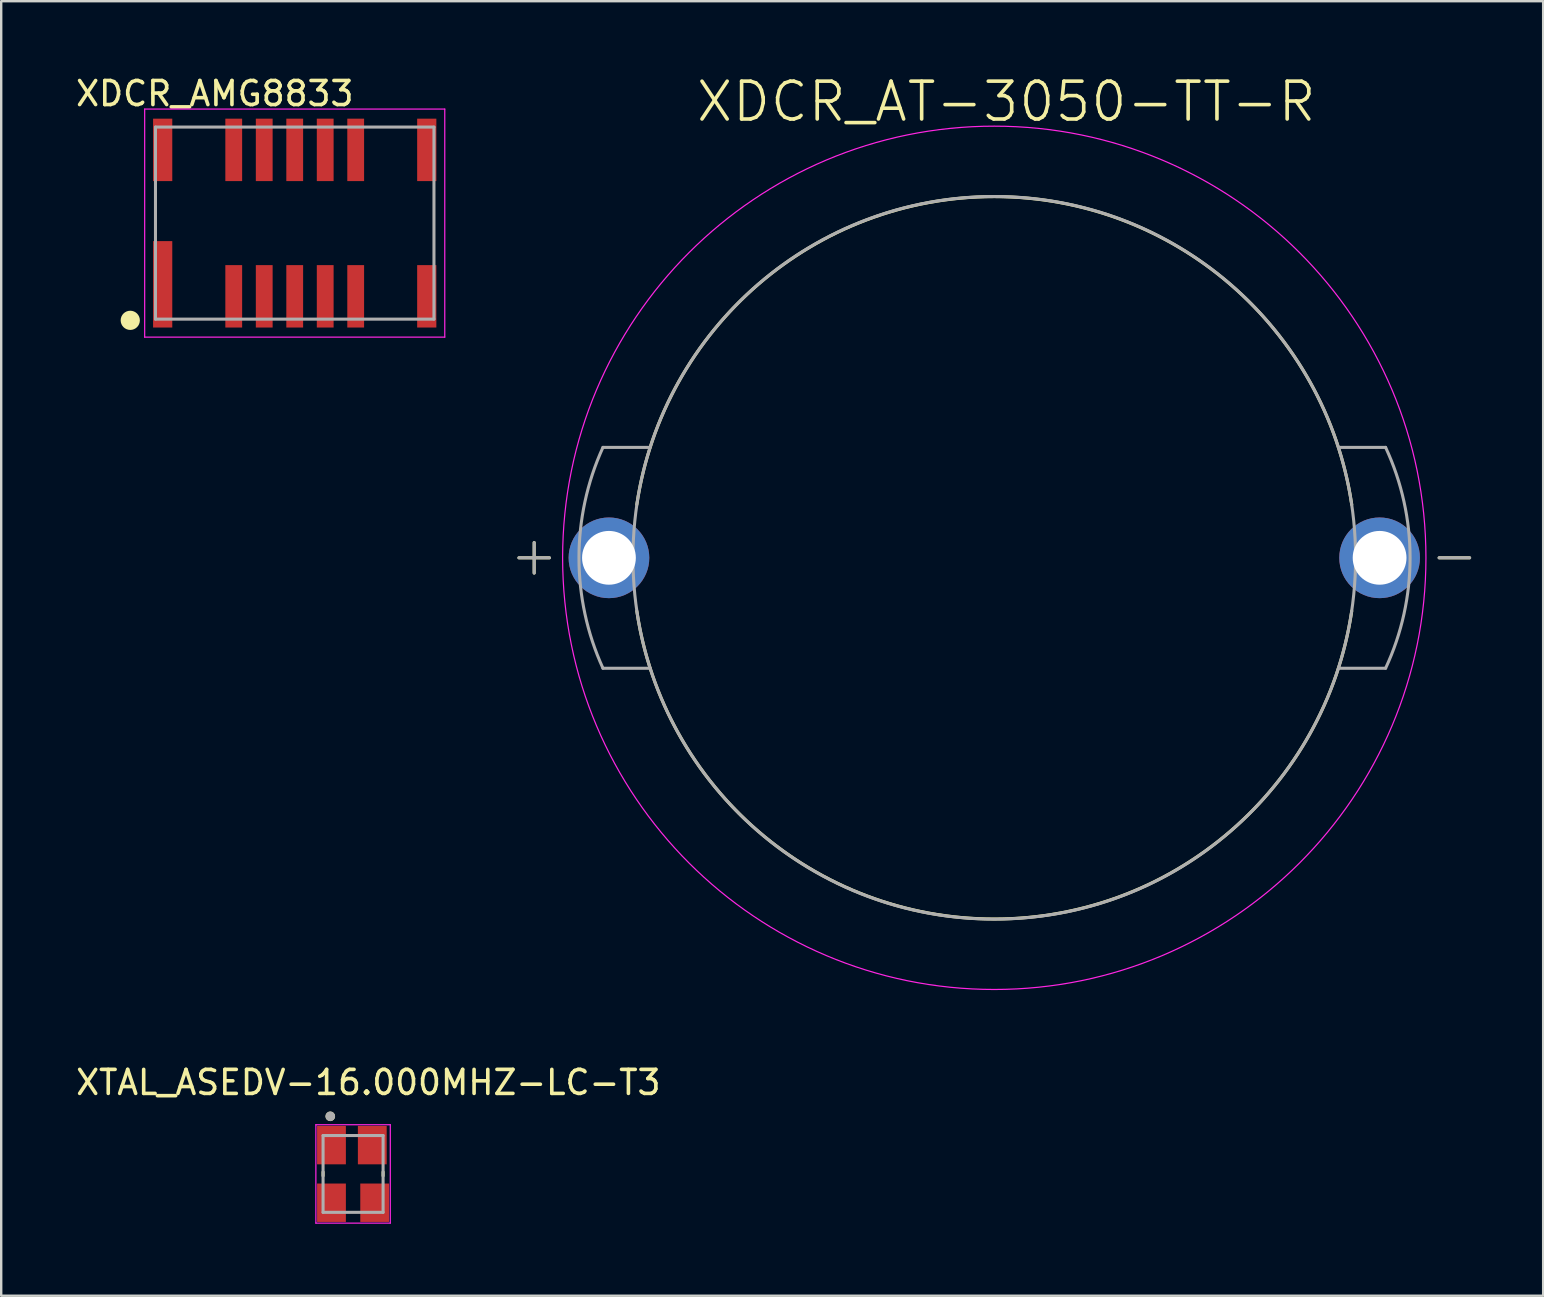
<source format=kicad_pcb>
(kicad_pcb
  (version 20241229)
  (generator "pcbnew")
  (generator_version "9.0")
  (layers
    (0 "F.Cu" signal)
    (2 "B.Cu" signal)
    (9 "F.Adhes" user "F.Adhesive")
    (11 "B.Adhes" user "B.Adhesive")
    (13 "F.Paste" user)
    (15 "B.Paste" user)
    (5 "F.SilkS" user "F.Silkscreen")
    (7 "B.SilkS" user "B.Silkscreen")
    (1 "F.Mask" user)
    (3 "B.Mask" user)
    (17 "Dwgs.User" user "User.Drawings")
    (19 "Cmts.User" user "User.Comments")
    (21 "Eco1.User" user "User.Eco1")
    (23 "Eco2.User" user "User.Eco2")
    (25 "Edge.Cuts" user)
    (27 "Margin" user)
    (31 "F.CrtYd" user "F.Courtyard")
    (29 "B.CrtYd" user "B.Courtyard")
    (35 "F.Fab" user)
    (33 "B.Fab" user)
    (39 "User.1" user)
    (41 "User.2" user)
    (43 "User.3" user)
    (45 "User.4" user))
  (footprint "XDCR_AT-3050-TT-R"
    (layer "F.Cu")
    (at 38.365 20.185)
    (property "Reference" "XDCR_AT-3050-TT-R" (at 0.5 -19 0) (layer "F.SilkS") (effects (font (size 1.575 1.575) (thickness 0.15))))
    (attr through_hole)
    (fp_line (start -19.8 0) (end -18.53 0) (stroke (width 0.127) (type solid)) (layer "F.SilkS"))
    (fp_line (start -19.165 -0.635) (end -19.165 0.635) (stroke (width 0.127) (type solid)) (layer "F.SilkS"))
    (fp_line (start 18.53 0) (end 19.8 0) (stroke (width 0.127) (type solid)) (layer "F.SilkS"))
    (fp_arc (start -14.89 -2.215001) (mid 0 -15.045045) (end 14.89 -2.215) (stroke (width 0.127) (type solid)) (layer "F.SilkS"))
    (fp_arc (start 14.89 2.215) (mid 0 15.045045) (end -14.89 2.215001) (stroke (width 0.127) (type solid)) (layer "F.SilkS"))
    (fp_circle (center 0 0) (end 17.98 0) (stroke (width 0.05) (type solid)) (fill no) (layer "F.CrtYd"))
    (fp_line (start -19.8 0) (end -18.53 0) (stroke (width 0.127) (type solid)) (layer "F.Fab"))
    (fp_line (start -19.165 -0.635) (end -19.165 0.635) (stroke (width 0.127) (type solid)) (layer "F.Fab"))
    (fp_line (start -16.3 4.6) (end -14.335 4.6) (stroke (width 0.127) (type solid)) (layer "F.Fab"))
    (fp_line (start -14.335 -4.6) (end -16.3 -4.6) (stroke (width 0.127) (type solid)) (layer "F.Fab"))
    (fp_line (start 14.335 -4.6) (end 16.3 -4.6) (stroke (width 0.127) (type solid)) (layer "F.Fab"))
    (fp_line (start 16.3 4.6) (end 14.335 4.6) (stroke (width 0.127) (type solid)) (layer "F.Fab"))
    (fp_line (start 18.53 0) (end 19.8 0) (stroke (width 0.127) (type solid)) (layer "F.Fab"))
    (fp_arc (start -16.3 4.6) (mid -17.298758 0) (end -16.3 -4.6) (stroke (width 0.127) (type solid)) (layer "F.Fab"))
    (fp_arc (start 16.3 -4.6) (mid 17.319795 0) (end 16.3 4.6) (stroke (width 0.127) (type solid)) (layer "F.Fab"))
    (fp_circle (center 0 0) (end 15.05 0) (stroke (width 0.127) (type solid)) (fill no) (layer "F.Fab"))
    (pad "N" thru_hole circle (at 16.05 0) (size 3.36 3.36) (drill 2.24) (layers "*.Cu" "*.Mask"))
    (pad "P" thru_hole circle (at -16.05 0) (size 3.36 3.36) (drill 2.24) (layers "*.Cu" "*.Mask")))
  (footprint "XTAL_ASEDV-16.000MHZ-LC-T3"
    (layer "F.Cu")
    (at 11.657 45.848)
    (property "Reference" "XTAL_ASEDV-16.000MHZ-LC-T3" (at 0.635 -3.81 0) (layer "F.SilkS") (effects (font (size 1 1) (thickness 0.15))))
    (attr smd)
    (fp_line (start -1.25 -0.08) (end -1.25 0.08) (stroke (width 0.127) (type solid)) (layer "F.SilkS"))
    (fp_line (start 1.25 0.08) (end 1.25 -0.08) (stroke (width 0.127) (type solid)) (layer "F.SilkS"))
    (fp_circle (center -0.95 -2.4) (end -0.85 -2.4) (stroke (width 0.2) (type solid)) (fill no) (layer "F.SilkS"))
    (fp_line (start -1.55 -2.05) (end 1.55 -2.05) (stroke (width 0.05) (type solid)) (layer "F.CrtYd"))
    (fp_line (start -1.55 2.05) (end -1.55 -2.05) (stroke (width 0.05) (type solid)) (layer "F.CrtYd"))
    (fp_line (start 1.55 -2.05) (end 1.55 2.05) (stroke (width 0.05) (type solid)) (layer "F.CrtYd"))
    (fp_line (start 1.55 2.05) (end -1.55 2.05) (stroke (width 0.05) (type solid)) (layer "F.CrtYd"))
    (fp_line (start -1.25 -1.6) (end 1.25 -1.6) (stroke (width 0.127) (type solid)) (layer "F.Fab"))
    (fp_line (start -1.25 1.6) (end -1.25 -1.6) (stroke (width 0.127) (type solid)) (layer "F.Fab"))
    (fp_line (start 1.25 -1.6) (end 1.25 1.6) (stroke (width 0.127) (type solid)) (layer "F.Fab"))
    (fp_line (start 1.25 1.6) (end -1.25 1.6) (stroke (width 0.127) (type solid)) (layer "F.Fab"))
    (fp_circle (center -0.95 -2.4) (end -0.85 -2.4) (stroke (width 0.2) (type solid)) (fill no) (layer "F.Fab"))
    (pad "1" smd rect (at -0.9 -1.2) (size 1.2 1.6) (layers "F.Cu" "F.Mask" "F.Paste"))
    (pad "2" smd rect (at -0.9 1.2) (size 1.2 1.6) (layers "F.Cu" "F.Mask" "F.Paste"))
    (pad "3" smd rect (at 0.9 1.2) (size 1.2 1.6) (layers "F.Cu" "F.Mask" "F.Paste"))
    (pad "4" smd rect (at 0.8 -1.2) (size 1.2 1.6) (layers "F.Cu" "F.Mask" "F.Paste")))
  (footprint "XDCR_AMG8833"
    (layer "F.Cu")
    (at 9.226 6.243)
    (property "Reference" "XDCR_AMG8833" (at -3.33 -5.394 0) (layer "F.SilkS") (effects (font (size 1.002 1.002) (thickness 0.15))))
    (attr smd)
    (fp_circle (center -6.85 4.05) (end -6.45 4.05) (stroke (width 0) (type solid)) (fill yes) (layer "F.SilkS"))
    (fp_line (start -6.25 -4.75) (end -6.25 4.75) (stroke (width 0.05) (type solid)) (layer "F.CrtYd"))
    (fp_line (start -6.25 4.75) (end 6.25 4.75) (stroke (width 0.05) (type solid)) (layer "F.CrtYd"))
    (fp_line (start 6.25 -4.75) (end -6.25 -4.75) (stroke (width 0.05) (type solid)) (layer "F.CrtYd"))
    (fp_line (start 6.25 4.75) (end 6.25 -4.75) (stroke (width 0.05) (type solid)) (layer "F.CrtYd"))
    (fp_line (start -5.8 -4) (end -5.8 4) (stroke (width 0.127) (type solid)) (layer "F.Fab"))
    (fp_line (start -5.8 4) (end 5.8 4) (stroke (width 0.127) (type solid)) (layer "F.Fab"))
    (fp_line (start 5.8 -4) (end -5.8 -4) (stroke (width 0.127) (type solid)) (layer "F.Fab"))
    (fp_line (start 5.8 4) (end 5.8 -4) (stroke (width 0.127) (type solid)) (layer "F.Fab"))
    (pad "1" smd rect (at -5.5 2.55 180) (size 0.8 3.6) (layers "F.Cu" "F.Mask" "F.Paste"))
    (pad "2" smd rect (at -2.54 3.05 180) (size 0.7 2.6) (layers "F.Cu" "F.Mask" "F.Paste"))
    (pad "3" smd rect (at -1.27 3.05 180) (size 0.7 2.6) (layers "F.Cu" "F.Mask" "F.Paste"))
    (pad "4" smd rect (at 0 3.05 180) (size 0.7 2.6) (layers "F.Cu" "F.Mask" "F.Paste"))
    (pad "5" smd rect (at 1.27 3.05 180) (size 0.7 2.6) (layers "F.Cu" "F.Mask" "F.Paste"))
    (pad "6" smd rect (at 2.54 3.05 180) (size 0.7 2.6) (layers "F.Cu" "F.Mask" "F.Paste"))
    (pad "7" smd rect (at 5.5 3.05 180) (size 0.8 2.6) (layers "F.Cu" "F.Mask" "F.Paste"))
    (pad "8" smd rect (at 5.5 -3.05 180) (size 0.8 2.6) (layers "F.Cu" "F.Mask" "F.Paste"))
    (pad "9" smd rect (at 2.54 -3.05 180) (size 0.7 2.6) (layers "F.Cu" "F.Mask" "F.Paste"))
    (pad "10" smd rect (at 1.27 -3.05 180) (size 0.7 2.6) (layers "F.Cu" "F.Mask" "F.Paste"))
    (pad "11" smd rect (at 0 -3.05 180) (size 0.7 2.6) (layers "F.Cu" "F.Mask" "F.Paste"))
    (pad "12" smd rect (at -1.27 -3.05 180) (size 0.7 2.6) (layers "F.Cu" "F.Mask" "F.Paste"))
    (pad "13" smd rect (at -2.54 -3.05 180) (size 0.7 2.6) (layers "F.Cu" "F.Mask" "F.Paste"))
    (pad "14" smd rect (at -5.5 -3.05 180) (size 0.8 2.6) (layers "F.Cu" "F.Mask" "F.Paste")))
  (gr_rect
    (start -3 -3)
    (end 61.228 50.923)
    (stroke (width 0.1) (type default))
    (fill no)
    (layer "Edge.Cuts")))
</source>
